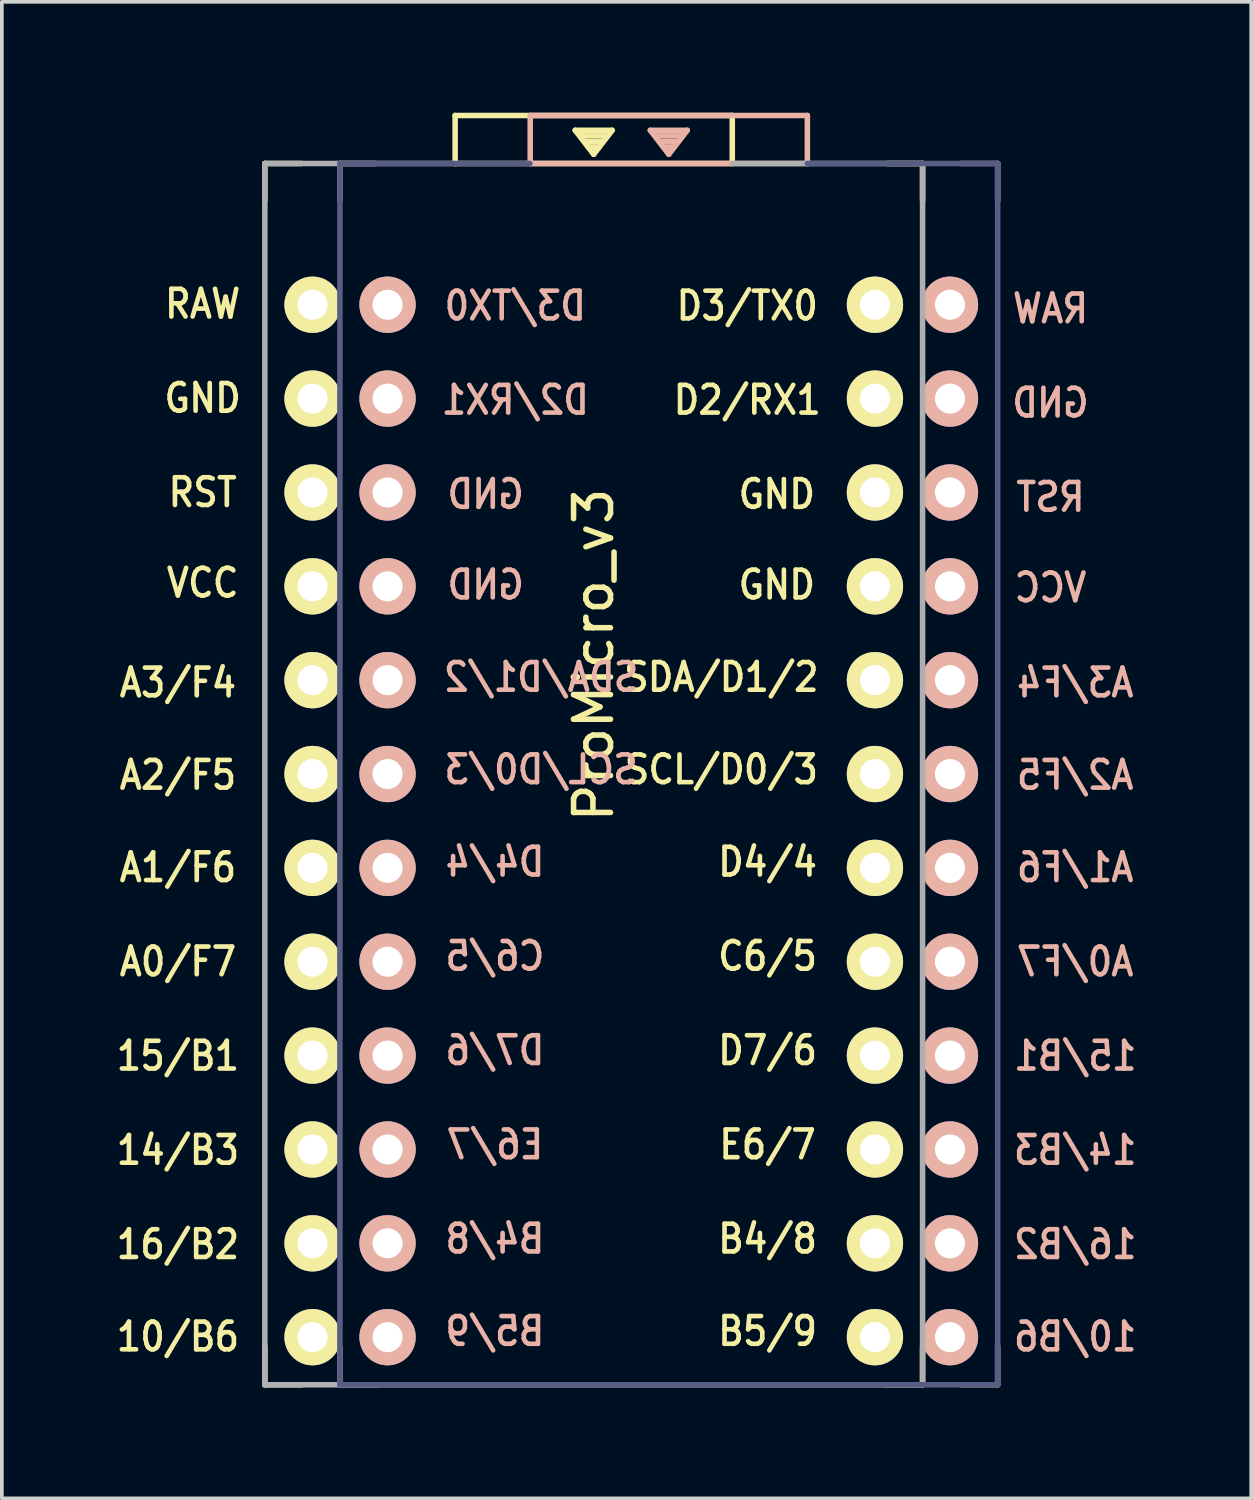
<source format=kicad_pcb>
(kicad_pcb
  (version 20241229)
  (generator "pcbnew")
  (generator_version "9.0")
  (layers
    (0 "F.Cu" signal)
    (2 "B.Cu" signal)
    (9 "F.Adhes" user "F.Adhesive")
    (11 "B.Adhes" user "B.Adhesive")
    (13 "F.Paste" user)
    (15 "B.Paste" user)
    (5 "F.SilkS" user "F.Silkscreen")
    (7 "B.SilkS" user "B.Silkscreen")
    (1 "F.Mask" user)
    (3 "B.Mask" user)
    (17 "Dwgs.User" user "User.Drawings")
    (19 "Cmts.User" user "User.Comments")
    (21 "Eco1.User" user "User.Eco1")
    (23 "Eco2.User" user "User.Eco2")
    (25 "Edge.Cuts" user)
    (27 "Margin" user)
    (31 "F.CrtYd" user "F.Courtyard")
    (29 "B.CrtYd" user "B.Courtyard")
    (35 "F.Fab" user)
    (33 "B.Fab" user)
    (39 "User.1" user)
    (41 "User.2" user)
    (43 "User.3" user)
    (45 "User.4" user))
  (footprint "ProMicro_v3"
    (layer "F.Cu")
    (at 13.017 19.675)
    (property "Reference" "ProMicro_v3" (at 0 -5 270) (layer "F.SilkS") (effects (font (size 1 1) (thickness 0.15))))
    (attr through_hole)
    (fp_line (start -8.9 -18.3) (end -8.9 -17.3) (stroke (width 0.15) (type solid)) (layer "F.SilkS"))
    (fp_line (start -8.9 -18.3) (end -7.9 -18.3) (stroke (width 0.15) (type solid)) (layer "F.SilkS"))
    (fp_line (start -8.9 13.7) (end -8.9 14.75) (stroke (width 0.15) (type solid)) (layer "F.SilkS"))
    (fp_line (start -8.9 14.75) (end -7.9 14.75) (stroke (width 0.15) (type solid)) (layer "F.SilkS"))
    (fp_line (start -3.75 -19.6) (end -3.75 -18.299) (stroke (width 0.15) (type solid)) (layer "F.SilkS"))
    (fp_line (start -3.75 -19.6) (end 3.75 -19.6) (stroke (width 0.15) (type solid)) (layer "F.SilkS"))
    (fp_line (start -3.75 -18.3) (end 3.75 -18.3) (stroke (width 0.15) (type solid)) (layer "F.SilkS"))
    (fp_line (start -0.5 -19.199) (end 0.5 -19.199) (stroke (width 0.15) (type solid)) (layer "F.SilkS"))
    (fp_line (start -0.35 -19.049) (end 0.35 -19.049) (stroke (width 0.15) (type solid)) (layer "F.SilkS"))
    (fp_line (start -0.25 -18.899) (end 0.25 -18.899) (stroke (width 0.15) (type solid)) (layer "F.SilkS"))
    (fp_line (start -0.15 -18.749) (end 0.15 -18.749) (stroke (width 0.15) (type solid)) (layer "F.SilkS"))
    (fp_line (start 0 -18.549) (end -0.5 -19.199) (stroke (width 0.15) (type solid)) (layer "F.SilkS"))
    (fp_line (start 0.5 -19.199) (end 0 -18.549) (stroke (width 0.15) (type solid)) (layer "F.SilkS"))
    (fp_line (start 3.75 -19.6) (end 3.75 -18.3) (stroke (width 0.15) (type solid)) (layer "F.SilkS"))
    (fp_line (start 8.9 -18.3) (end 7.95 -18.3) (stroke (width 0.15) (type solid)) (layer "F.SilkS"))
    (fp_line (start 8.9 -18.3) (end 8.9 -17.3) (stroke (width 0.15) (type solid)) (layer "F.SilkS"))
    (fp_line (start 8.9 13.75) (end 8.9 14.75) (stroke (width 0.15) (type solid)) (layer "F.SilkS"))
    (fp_line (start 8.9 14.75) (end 7.89 14.75) (stroke (width 0.15) (type solid)) (layer "F.SilkS"))
    (fp_line (start -6.868 -18.3) (end -6.868 -17.3) (stroke (width 0.15) (type solid)) (layer "B.SilkS"))
    (fp_line (start -6.868 -18.3) (end -5.918 -18.3) (stroke (width 0.15) (type solid)) (layer "B.SilkS"))
    (fp_line (start -6.868 13.75) (end -6.868 14.75) (stroke (width 0.15) (type solid)) (layer "B.SilkS"))
    (fp_line (start -6.868 14.75) (end -5.858 14.75) (stroke (width 0.15) (type solid)) (layer "B.SilkS"))
    (fp_line (start -1.718 -19.6) (end -1.718 -18.3) (stroke (width 0.15) (type solid)) (layer "B.SilkS"))
    (fp_line (start 1.532 -19.199) (end 2.032 -18.549) (stroke (width 0.15) (type solid)) (layer "B.SilkS"))
    (fp_line (start 2.032 -18.549) (end 2.532 -19.199) (stroke (width 0.15) (type solid)) (layer "B.SilkS"))
    (fp_line (start 2.182 -18.749) (end 1.882 -18.749) (stroke (width 0.15) (type solid)) (layer "B.SilkS"))
    (fp_line (start 2.282 -18.899) (end 1.782 -18.899) (stroke (width 0.15) (type solid)) (layer "B.SilkS"))
    (fp_line (start 2.382 -19.049) (end 1.682 -19.049) (stroke (width 0.15) (type solid)) (layer "B.SilkS"))
    (fp_line (start 2.532 -19.199) (end 1.532 -19.199) (stroke (width 0.15) (type solid)) (layer "B.SilkS"))
    (fp_line (start 5.782 -19.6) (end -1.718 -19.6) (stroke (width 0.15) (type solid)) (layer "B.SilkS"))
    (fp_line (start 5.782 -19.6) (end 5.782 -18.299) (stroke (width 0.15) (type solid)) (layer "B.SilkS"))
    (fp_line (start 5.782 -18.3) (end -1.718 -18.3) (stroke (width 0.15) (type solid)) (layer "B.SilkS"))
    (fp_line (start 10.932 -18.3) (end 9.932 -18.3) (stroke (width 0.15) (type solid)) (layer "B.SilkS"))
    (fp_line (start 10.932 -18.3) (end 10.932 -17.3) (stroke (width 0.15) (type solid)) (layer "B.SilkS"))
    (fp_line (start 10.932 13.7) (end 10.932 14.75) (stroke (width 0.15) (type solid)) (layer "B.SilkS"))
    (fp_line (start 10.932 14.75) (end 9.932 14.75) (stroke (width 0.15) (type solid)) (layer "B.SilkS"))
    (fp_line (start -6.868 -18.3) (end -6.868 14.75) (stroke (width 0.15) (type solid)) (layer "B.Fab"))
    (fp_line (start -6.868 14.75) (end 10.932 14.75) (stroke (width 0.15) (type solid)) (layer "B.Fab"))
    (fp_line (start -1.728 -18.3) (end -6.868 -18.3) (stroke (width 0.15) (type solid)) (layer "B.Fab"))
    (fp_line (start 10.932 -18.3) (end 5.782 -18.3) (stroke (width 0.15) (type solid)) (layer "B.Fab"))
    (fp_line (start 10.932 14.75) (end 10.932 -18.3) (stroke (width 0.15) (type solid)) (layer "B.Fab"))
    (fp_line (start -8.9 -18.3) (end -3.75 -18.3) (stroke (width 0.15) (type solid)) (layer "F.Fab"))
    (fp_line (start -8.9 14.75) (end -8.9 -18.3) (stroke (width 0.15) (type solid)) (layer "F.Fab"))
    (fp_line (start 3.76 -18.3) (end 8.9 -18.3) (stroke (width 0.15) (type solid)) (layer "F.Fab"))
    (fp_line (start 8.9 -18.3) (end 8.9 14.75) (stroke (width 0.15) (type solid)) (layer "F.Fab"))
    (fp_line (start 8.9 14.75) (end -8.9 14.75) (stroke (width 0.15) (type solid)) (layer "F.Fab"))
    (fp_text user "D7/6" (at 4.705 5.7 0) (unlocked yes) (layer "F.SilkS") (effects (font (size 0.75 0.67) (thickness 0.125))))
    (fp_text user "RAW" (at -10.583 -14.5 0) (unlocked yes) (layer "F.SilkS") (effects (font (size 0.75 0.67) (thickness 0.125))))
    (fp_text user "VCC" (at -10.583 -6.95 0) (unlocked yes) (layer "F.SilkS") (effects (font (size 0.75 0.67) (thickness 0.125))))
    (fp_text user "A1/F6" (at -11.253 0.75 0) (unlocked yes) (layer "F.SilkS") (effects (font (size 0.75 0.67) (thickness 0.125))))
    (fp_text user "E6/7" (at 4.705 8.25 0) (unlocked yes) (layer "F.SilkS") (effects (font (size 0.75 0.67) (thickness 0.125))))
    (fp_text user "GND" (at 4.955 -9.35 0) (unlocked yes) (layer "F.SilkS") (effects (font (size 0.75 0.67) (thickness 0.125))))
    (fp_text user "GND" (at 4.955 -6.9 0) (unlocked yes) (layer "F.SilkS") (effects (font (size 0.75 0.67) (thickness 0.125))))
    (fp_text user "16/B2" (at -11.253 10.95 0) (unlocked yes) (layer "F.SilkS") (effects (font (size 0.75 0.67) (thickness 0.125))))
    (fp_text user "D2/RX1" (at 4.155 -11.9 0) (unlocked yes) (layer "F.SilkS") (effects (font (size 0.75 0.67) (thickness 0.125))))
    (fp_text user "RST" (at -10.583 -9.4 0) (unlocked yes) (layer "F.SilkS") (effects (font (size 0.75 0.67) (thickness 0.125))))
    (fp_text user "SCL/D0/3" (at 3.455 -1.9 0) (unlocked yes) (layer "F.SilkS") (effects (font (size 0.75 0.67) (thickness 0.125))))
    (fp_text user "SDA/D1/2" (at 3.455 -4.4 0) (unlocked yes) (layer "F.SilkS") (effects (font (size 0.75 0.67) (thickness 0.125))))
    (fp_text user "14/B3" (at -11.253 8.4 0) (unlocked yes) (layer "F.SilkS") (effects (font (size 0.75 0.67) (thickness 0.125))))
    (fp_text user "A0/F7" (at -11.253 3.3 0) (unlocked yes) (layer "F.SilkS") (effects (font (size 0.75 0.67) (thickness 0.125))))
    (fp_text user "GND" (at -10.583 -11.95 0) (unlocked yes) (layer "F.SilkS") (effects (font (size 0.75 0.67) (thickness 0.125))))
    (fp_text user "10/B6" (at -11.253 13.45 0) (unlocked yes) (layer "F.SilkS") (effects (font (size 0.75 0.67) (thickness 0.125))))
    (fp_text user "B4/8" (at 4.705 10.8 0) (unlocked yes) (layer "F.SilkS") (effects (font (size 0.75 0.67) (thickness 0.125))))
    (fp_text user "D3/TX0" (at 4.155 -14.45 0) (unlocked yes) (layer "F.SilkS") (effects (font (size 0.75 0.67) (thickness 0.125))))
    (fp_text user "B5/9" (at 4.705 13.3 0) (unlocked yes) (layer "F.SilkS") (effects (font (size 0.75 0.67) (thickness 0.125))))
    (fp_text user "C6/5" (at 4.705 3.15 0) (unlocked yes) (layer "F.SilkS") (effects (font (size 0.75 0.67) (thickness 0.125))))
    (fp_text user "D4/4" (at 4.705 0.6 0) (unlocked yes) (layer "F.SilkS") (effects (font (size 0.75 0.67) (thickness 0.125))))
    (fp_text user "A3/F4" (at -11.253 -4.25 0) (unlocked yes) (layer "F.SilkS") (effects (font (size 0.75 0.67) (thickness 0.125))))
    (fp_text user "15/B1" (at -11.253 5.85 0) (unlocked yes) (layer "F.SilkS") (effects (font (size 0.75 0.67) (thickness 0.125))))
    (fp_text user "A2/F5" (at -11.253 -1.75 0) (unlocked yes) (layer "F.SilkS") (effects (font (size 0.75 0.67) (thickness 0.125))))
    (fp_text user "14/B3" (at 13.031 8.4 0) (unlocked yes) (layer "B.SilkS") (effects (font (size 0.75 0.67) (thickness 0.125)) (justify mirror)))
    (fp_text user "RAW" (at 12.361 -14.373 0) (unlocked yes) (layer "B.SilkS") (effects (font (size 0.75 0.67) (thickness 0.125)) (justify mirror)))
    (fp_text user "16/B2" (at 13.031 10.95 0) (unlocked yes) (layer "B.SilkS") (effects (font (size 0.75 0.67) (thickness 0.125)) (justify mirror)))
    (fp_text user "10/B6" (at 13.031 13.45 0) (unlocked yes) (layer "B.SilkS") (effects (font (size 0.75 0.67) (thickness 0.125)) (justify mirror)))
    (fp_text user "A0/F7" (at 13.031 3.3 0) (unlocked yes) (layer "B.SilkS") (effects (font (size 0.75 0.67) (thickness 0.125)) (justify mirror)))
    (fp_text user "D2/RX1" (at -2.123 -11.9 0) (unlocked yes) (layer "B.SilkS") (effects (font (size 0.75 0.67) (thickness 0.125)) (justify mirror)))
    (fp_text user "A3/F4" (at 13.031 -4.25 0) (unlocked yes) (layer "B.SilkS") (effects (font (size 0.75 0.67) (thickness 0.125)) (justify mirror)))
    (fp_text user "D3/TX0" (at -2.123 -14.45 0) (unlocked yes) (layer "B.SilkS") (effects (font (size 0.75 0.67) (thickness 0.125)) (justify mirror)))
    (fp_text user "C6/5" (at -2.673 3.15 0) (unlocked yes) (layer "B.SilkS") (effects (font (size 0.75 0.67) (thickness 0.125)) (justify mirror)))
    (fp_text user "GND" (at -2.923 -6.9 0) (unlocked yes) (layer "B.SilkS") (effects (font (size 0.75 0.67) (thickness 0.125)) (justify mirror)))
    (fp_text user "E6/7" (at -2.673 8.25 0) (unlocked yes) (layer "B.SilkS") (effects (font (size 0.75 0.67) (thickness 0.125)) (justify mirror)))
    (fp_text user "D4/4" (at -2.673 0.6 0) (unlocked yes) (layer "B.SilkS") (effects (font (size 0.75 0.67) (thickness 0.125)) (justify mirror)))
    (fp_text user "GND" (at 12.361 -11.823 0) (unlocked yes) (layer "B.SilkS") (effects (font (size 0.75 0.67) (thickness 0.125)) (justify mirror)))
    (fp_text user "RST" (at 12.361 -9.273 0) (unlocked yes) (layer "B.SilkS") (effects (font (size 0.75 0.67) (thickness 0.125)) (justify mirror)))
    (fp_text user "GND" (at -2.923 -9.35 0) (unlocked yes) (layer "B.SilkS") (effects (font (size 0.75 0.67) (thickness 0.125)) (justify mirror)))
    (fp_text user "15/B1" (at 13.031 5.85 0) (unlocked yes) (layer "B.SilkS") (effects (font (size 0.75 0.67) (thickness 0.125)) (justify mirror)))
    (fp_text user "SCL/D0/3" (at -1.423 -1.9 0) (unlocked yes) (layer "B.SilkS") (effects (font (size 0.75 0.67) (thickness 0.125)) (justify mirror)))
    (fp_text user "D7/6" (at -2.673 5.7 0) (unlocked yes) (layer "B.SilkS") (effects (font (size 0.75 0.67) (thickness 0.125)) (justify mirror)))
    (fp_text user "A1/F6" (at 13.031 0.75 0) (unlocked yes) (layer "B.SilkS") (effects (font (size 0.75 0.67) (thickness 0.125)) (justify mirror)))
    (fp_text user "SDA/D1/2" (at -1.423 -4.4 0) (unlocked yes) (layer "B.SilkS") (effects (font (size 0.75 0.67) (thickness 0.125)) (justify mirror)))
    (fp_text user "B5/9" (at -2.673 13.3 0) (unlocked yes) (layer "B.SilkS") (effects (font (size 0.75 0.67) (thickness 0.125)) (justify mirror)))
    (fp_text user "B4/8" (at -2.673 10.8 0) (unlocked yes) (layer "B.SilkS") (effects (font (size 0.75 0.67) (thickness 0.125)) (justify mirror)))
    (fp_text user "A2/F5" (at 13.031 -1.75 0) (unlocked yes) (layer "B.SilkS") (effects (font (size 0.75 0.67) (thickness 0.125)) (justify mirror)))
    (fp_text user "VCC" (at 12.361 -6.823 0) (unlocked yes) (layer "B.SilkS") (effects (font (size 0.75 0.67) (thickness 0.125)) (justify mirror)))
    (pad "1" thru_hole circle (at -5.579 -14.478 180) (size 1.524 1.524) (drill 0.813) (layers "*.Cu" "F.Mask" "B.SilkS"))
    (pad "1" thru_hole circle (at 7.611 -14.478) (size 1.524 1.524) (drill 0.813) (layers "*.Cu" "B.Mask" "F.SilkS"))
    (pad "2" thru_hole circle (at -5.579 -11.938 180) (size 1.524 1.524) (drill 0.813) (layers "*.Cu" "F.Mask" "B.SilkS"))
    (pad "2" thru_hole circle (at 7.611 -11.938) (size 1.524 1.524) (drill 0.813) (layers "*.Cu" "B.Mask" "F.SilkS"))
    (pad "3" thru_hole circle (at -5.579 -9.398 180) (size 1.524 1.524) (drill 0.813) (layers "*.Cu" "F.Mask" "B.SilkS"))
    (pad "3" thru_hole circle (at 7.611 -9.398) (size 1.524 1.524) (drill 0.813) (layers "*.Cu" "B.Mask" "F.SilkS"))
    (pad "4" thru_hole circle (at -5.579 -6.858 180) (size 1.524 1.524) (drill 0.813) (layers "*.Cu" "F.Mask" "B.SilkS"))
    (pad "4" thru_hole circle (at 7.611 -6.858) (size 1.524 1.524) (drill 0.813) (layers "*.Cu" "B.Mask" "F.SilkS"))
    (pad "5" thru_hole circle (at -5.579 -4.318 180) (size 1.524 1.524) (drill 0.813) (layers "*.Cu" "F.Mask" "B.SilkS"))
    (pad "5" thru_hole circle (at 7.611 -4.318) (size 1.524 1.524) (drill 0.813) (layers "*.Cu" "B.Mask" "F.SilkS"))
    (pad "6" thru_hole circle (at -5.579 -1.778 180) (size 1.524 1.524) (drill 0.813) (layers "*.Cu" "F.Mask" "B.SilkS"))
    (pad "6" thru_hole circle (at 7.611 -1.778) (size 1.524 1.524) (drill 0.813) (layers "*.Cu" "B.Mask" "F.SilkS"))
    (pad "7" thru_hole circle (at -5.579 0.762 180) (size 1.524 1.524) (drill 0.813) (layers "*.Cu" "F.Mask" "B.SilkS"))
    (pad "7" thru_hole circle (at 7.611 0.762) (size 1.524 1.524) (drill 0.813) (layers "*.Cu" "B.Mask" "F.SilkS"))
    (pad "8" thru_hole circle (at -5.579 3.302 180) (size 1.524 1.524) (drill 0.813) (layers "*.Cu" "F.Mask" "B.SilkS"))
    (pad "8" thru_hole circle (at 7.611 3.302) (size 1.524 1.524) (drill 0.813) (layers "*.Cu" "B.Mask" "F.SilkS"))
    (pad "9" thru_hole circle (at -5.579 5.842 180) (size 1.524 1.524) (drill 0.813) (layers "*.Cu" "F.Mask" "B.SilkS"))
    (pad "9" thru_hole circle (at 7.611 5.842) (size 1.524 1.524) (drill 0.813) (layers "*.Cu" "B.Mask" "F.SilkS"))
    (pad "10" thru_hole circle (at -5.579 8.382 180) (size 1.524 1.524) (drill 0.813) (layers "*.Cu" "F.Mask" "B.SilkS"))
    (pad "10" thru_hole circle (at 7.611 8.382) (size 1.524 1.524) (drill 0.813) (layers "*.Cu" "B.Mask" "F.SilkS"))
    (pad "11" thru_hole circle (at -5.579 10.922 180) (size 1.524 1.524) (drill 0.813) (layers "*.Cu" "F.Mask" "B.SilkS"))
    (pad "11" thru_hole circle (at 7.611 10.922) (size 1.524 1.524) (drill 0.813) (layers "*.Cu" "B.Mask" "F.SilkS"))
    (pad "12" thru_hole circle (at -5.579 13.462 180) (size 1.524 1.524) (drill 0.813) (layers "*.Cu" "F.Mask" "B.SilkS"))
    (pad "12" thru_hole circle (at 7.611 13.462) (size 1.524 1.524) (drill 0.813) (layers "*.Cu" "B.Mask" "F.SilkS"))
    (pad "13" thru_hole circle (at -7.609 13.462) (size 1.524 1.524) (drill 0.813) (layers "*.Cu" "B.Mask" "F.SilkS"))
    (pad "13" thru_hole circle (at 9.641 13.462 180) (size 1.524 1.524) (drill 0.813) (layers "*.Cu" "F.Mask" "B.SilkS"))
    (pad "14" thru_hole circle (at -7.609 10.922) (size 1.524 1.524) (drill 0.813) (layers "*.Cu" "B.Mask" "F.SilkS"))
    (pad "14" thru_hole circle (at 9.641 10.922 180) (size 1.524 1.524) (drill 0.813) (layers "*.Cu" "F.Mask" "B.SilkS"))
    (pad "15" thru_hole circle (at -7.609 8.382) (size 1.524 1.524) (drill 0.813) (layers "*.Cu" "B.Mask" "F.SilkS"))
    (pad "15" thru_hole circle (at 9.641 8.382 180) (size 1.524 1.524) (drill 0.813) (layers "*.Cu" "F.Mask" "B.SilkS"))
    (pad "16" thru_hole circle (at -7.609 5.842) (size 1.524 1.524) (drill 0.813) (layers "*.Cu" "B.Mask" "F.SilkS"))
    (pad "16" thru_hole circle (at 9.641 5.842 180) (size 1.524 1.524) (drill 0.813) (layers "*.Cu" "F.Mask" "B.SilkS"))
    (pad "17" thru_hole circle (at -7.609 3.302) (size 1.524 1.524) (drill 0.813) (layers "*.Cu" "B.Mask" "F.SilkS"))
    (pad "17" thru_hole circle (at 9.641 3.302 180) (size 1.524 1.524) (drill 0.813) (layers "*.Cu" "F.Mask" "B.SilkS"))
    (pad "18" thru_hole circle (at -7.609 0.762) (size 1.524 1.524) (drill 0.813) (layers "*.Cu" "B.Mask" "F.SilkS"))
    (pad "18" thru_hole circle (at 9.641 0.762 180) (size 1.524 1.524) (drill 0.813) (layers "*.Cu" "F.Mask" "B.SilkS"))
    (pad "19" thru_hole circle (at -7.609 -1.778) (size 1.524 1.524) (drill 0.813) (layers "*.Cu" "B.Mask" "F.SilkS"))
    (pad "19" thru_hole circle (at 9.641 -1.778 180) (size 1.524 1.524) (drill 0.813) (layers "*.Cu" "F.Mask" "B.SilkS"))
    (pad "20" thru_hole circle (at -7.609 -4.318) (size 1.524 1.524) (drill 0.813) (layers "*.Cu" "B.Mask" "F.SilkS"))
    (pad "20" thru_hole circle (at 9.641 -4.318 180) (size 1.524 1.524) (drill 0.813) (layers "*.Cu" "F.Mask" "B.SilkS"))
    (pad "21" thru_hole circle (at -7.609 -6.858) (size 1.524 1.524) (drill 0.813) (layers "*.Cu" "B.Mask" "F.SilkS"))
    (pad "21" thru_hole circle (at 9.641 -6.858 180) (size 1.524 1.524) (drill 0.813) (layers "*.Cu" "F.Mask" "B.SilkS"))
    (pad "22" thru_hole circle (at -7.609 -9.398) (size 1.524 1.524) (drill 0.813) (layers "*.Cu" "B.Mask" "F.SilkS"))
    (pad "22" thru_hole circle (at 9.641 -9.398 180) (size 1.524 1.524) (drill 0.813) (layers "*.Cu" "F.Mask" "B.SilkS"))
    (pad "23" thru_hole circle (at -7.609 -11.938) (size 1.524 1.524) (drill 0.813) (layers "*.Cu" "B.Mask" "F.SilkS"))
    (pad "23" thru_hole circle (at 9.641 -11.938 180) (size 1.524 1.524) (drill 0.813) (layers "*.Cu" "F.Mask" "B.SilkS"))
    (pad "24" thru_hole circle (at -7.609 -14.478) (size 1.524 1.524) (drill 0.813) (layers "*.Cu" "B.Mask" "F.SilkS"))
    (pad "24" thru_hole circle (at 9.641 -14.478 180) (size 1.524 1.524) (drill 0.813) (layers "*.Cu" "F.Mask" "B.SilkS")))
  (gr_rect
    (start -3 -3)
    (end 30.811 37.5)
    (stroke (width 0.1) (type default))
    (fill no)
    (layer "Edge.Cuts")))
</source>
